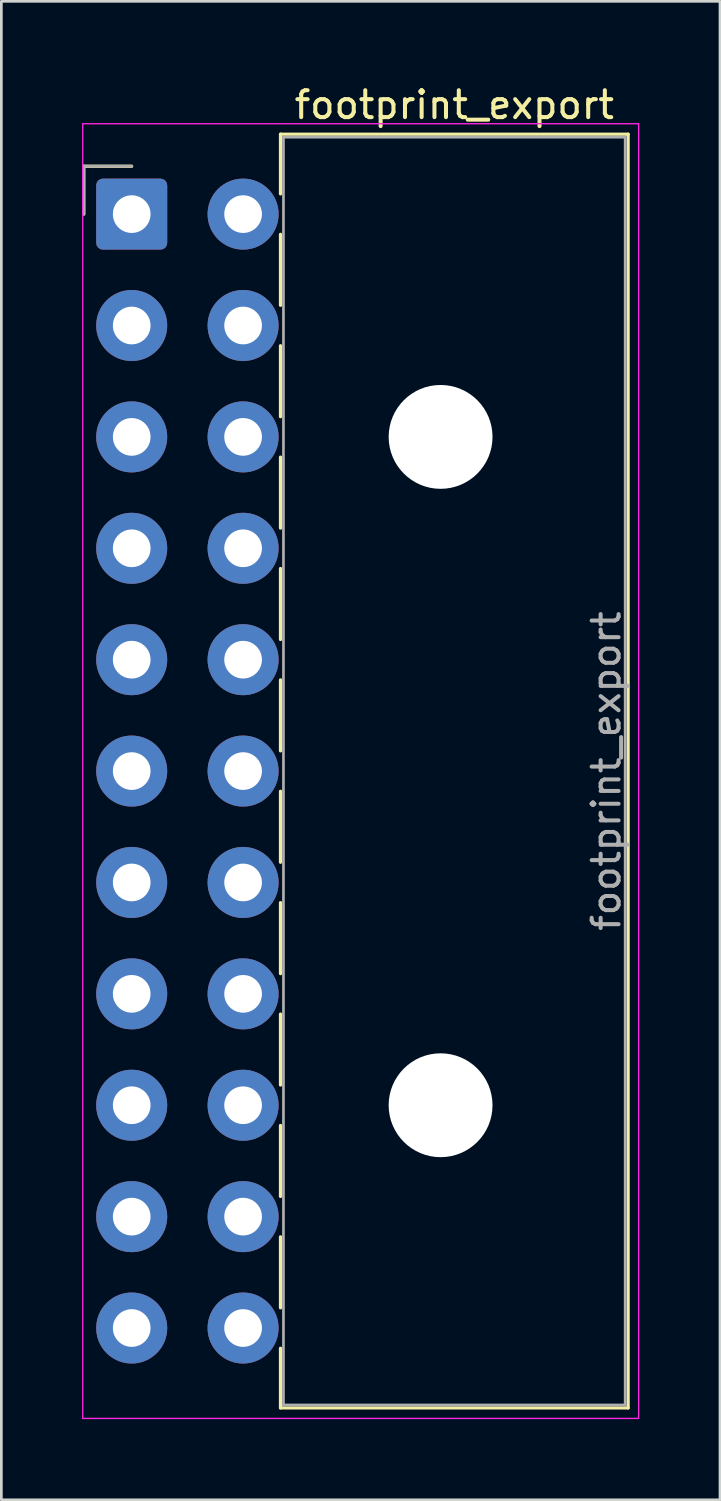
<source format=kicad_pcb>
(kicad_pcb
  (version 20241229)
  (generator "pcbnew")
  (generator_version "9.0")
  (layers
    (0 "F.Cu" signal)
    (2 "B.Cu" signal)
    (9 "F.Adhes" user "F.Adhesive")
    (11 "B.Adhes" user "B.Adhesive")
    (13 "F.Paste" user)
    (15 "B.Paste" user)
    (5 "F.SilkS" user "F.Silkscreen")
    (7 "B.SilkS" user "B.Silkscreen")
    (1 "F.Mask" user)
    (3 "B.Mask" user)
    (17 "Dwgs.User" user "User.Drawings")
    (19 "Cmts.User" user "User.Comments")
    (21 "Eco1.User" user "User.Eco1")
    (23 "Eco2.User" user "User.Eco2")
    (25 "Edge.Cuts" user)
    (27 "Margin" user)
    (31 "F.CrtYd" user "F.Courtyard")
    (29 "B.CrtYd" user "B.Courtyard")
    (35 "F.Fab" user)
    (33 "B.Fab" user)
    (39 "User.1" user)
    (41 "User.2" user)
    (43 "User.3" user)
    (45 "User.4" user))
  (footprint "footprint_export"
    (layer "F.Cu")
    (at 1.845 4.908)
    (property "Reference" "footprint_export" (at 11.99 -4.06 0) (layer "F.SilkS") (effects (font (size 1 1) (thickness 0.15))))
    (attr through_hole)
    (fp_line (start -1.78 -1.78) (end -1.78 0) (stroke (width 0.12) (type solid)) (layer "F.SilkS"))
    (fp_line (start 0 -1.78) (end -1.78 -1.78) (stroke (width 0.12) (type solid)) (layer "F.SilkS"))
    (fp_line (start 5.53 -2.97) (end 18.45 -2.97) (stroke (width 0.12) (type solid)) (layer "F.SilkS"))
    (fp_line (start 5.53 -0.751) (end 5.53 -2.97) (stroke (width 0.12) (type solid)) (layer "F.SilkS"))
    (fp_line (start 5.53 0.751) (end 5.53 3.389) (stroke (width 0.12) (type solid)) (layer "F.SilkS"))
    (fp_line (start 5.53 4.891) (end 5.53 7.529) (stroke (width 0.12) (type solid)) (layer "F.SilkS"))
    (fp_line (start 5.53 9.031) (end 5.53 11.669) (stroke (width 0.12) (type solid)) (layer "F.SilkS"))
    (fp_line (start 5.53 13.171) (end 5.53 15.809) (stroke (width 0.12) (type solid)) (layer "F.SilkS"))
    (fp_line (start 5.53 17.311) (end 5.53 19.949) (stroke (width 0.12) (type solid)) (layer "F.SilkS"))
    (fp_line (start 5.53 21.451) (end 5.53 24.089) (stroke (width 0.12) (type solid)) (layer "F.SilkS"))
    (fp_line (start 5.53 25.591) (end 5.53 28.229) (stroke (width 0.12) (type solid)) (layer "F.SilkS"))
    (fp_line (start 5.53 29.731) (end 5.53 32.369) (stroke (width 0.12) (type solid)) (layer "F.SilkS"))
    (fp_line (start 5.53 33.871) (end 5.53 36.509) (stroke (width 0.12) (type solid)) (layer "F.SilkS"))
    (fp_line (start 5.53 38.011) (end 5.53 40.649) (stroke (width 0.12) (type solid)) (layer "F.SilkS"))
    (fp_line (start 5.53 44.37) (end 5.53 42.151) (stroke (width 0.12) (type solid)) (layer "F.SilkS"))
    (fp_line (start 18.45 -2.97) (end 18.45 44.37) (stroke (width 0.12) (type solid)) (layer "F.SilkS"))
    (fp_line (start 18.45 44.37) (end 5.53 44.37) (stroke (width 0.12) (type solid)) (layer "F.SilkS"))
    (fp_line (start -1.82 -3.36) (end -1.82 44.76) (stroke (width 0.05) (type solid)) (layer "F.CrtYd"))
    (fp_line (start -1.82 44.76) (end 18.84 44.76) (stroke (width 0.05) (type solid)) (layer "F.CrtYd"))
    (fp_line (start 18.84 -3.36) (end -1.82 -3.36) (stroke (width 0.05) (type solid)) (layer "F.CrtYd"))
    (fp_line (start 18.84 44.76) (end 18.84 -3.36) (stroke (width 0.05) (type solid)) (layer "F.CrtYd"))
    (fp_line (start -1.78 -1.78) (end -1.78 0) (stroke (width 0.1) (type solid)) (layer "F.Fab"))
    (fp_line (start 0 -1.78) (end -1.78 -1.78) (stroke (width 0.1) (type solid)) (layer "F.Fab"))
    (fp_line (start 5.64 -2.86) (end 5.64 44.26) (stroke (width 0.1) (type solid)) (layer "F.Fab"))
    (fp_line (start 5.64 44.26) (end 18.34 44.26) (stroke (width 0.1) (type solid)) (layer "F.Fab"))
    (fp_line (start 18.34 -2.86) (end 5.64 -2.86) (stroke (width 0.1) (type solid)) (layer "F.Fab"))
    (fp_line (start 18.34 44.26) (end 18.34 -2.86) (stroke (width 0.1) (type solid)) (layer "F.Fab"))
    (fp_text user "${REFERENCE}" (at 17.64 20.7 90) (layer "F.Fab") (effects (font (size 1 1) (thickness 0.15))))
    (pad "" np_thru_hole circle (at 11.48 8.28) (size 3.86 3.86) (drill 3.86) (layers "*.Cu" "*.Mask"))
    (pad "" np_thru_hole circle (at 11.48 33.12) (size 3.86 3.86) (drill 3.86) (layers "*.Cu" "*.Mask"))
    (pad "1" thru_hole roundrect (at 0 0) (size 2.64 2.64) (drill 1.4) (layers "*.Cu" "*.Mask") (roundrect_rratio 0.095))
    (pad "2" thru_hole circle (at 0 4.14) (size 2.64 2.64) (drill 1.4) (layers "*.Cu" "*.Mask"))
    (pad "3" thru_hole circle (at 0 8.28) (size 2.64 2.64) (drill 1.4) (layers "*.Cu" "*.Mask"))
    (pad "4" thru_hole circle (at 0 12.42) (size 2.64 2.64) (drill 1.4) (layers "*.Cu" "*.Mask"))
    (pad "5" thru_hole circle (at 0 16.56) (size 2.64 2.64) (drill 1.4) (layers "*.Cu" "*.Mask"))
    (pad "6" thru_hole circle (at 0 20.7) (size 2.64 2.64) (drill 1.4) (layers "*.Cu" "*.Mask"))
    (pad "7" thru_hole circle (at 0 24.84) (size 2.64 2.64) (drill 1.4) (layers "*.Cu" "*.Mask"))
    (pad "8" thru_hole circle (at 0 28.98) (size 2.64 2.64) (drill 1.4) (layers "*.Cu" "*.Mask"))
    (pad "9" thru_hole circle (at 0 33.12) (size 2.64 2.64) (drill 1.4) (layers "*.Cu" "*.Mask"))
    (pad "10" thru_hole circle (at 0 37.26) (size 2.64 2.64) (drill 1.4) (layers "*.Cu" "*.Mask"))
    (pad "11" thru_hole circle (at 0 41.4) (size 2.64 2.64) (drill 1.4) (layers "*.Cu" "*.Mask"))
    (pad "12" thru_hole circle (at 4.14 0) (size 2.64 2.64) (drill 1.4) (layers "*.Cu" "*.Mask"))
    (pad "13" thru_hole circle (at 4.14 4.14) (size 2.64 2.64) (drill 1.4) (layers "*.Cu" "*.Mask"))
    (pad "14" thru_hole circle (at 4.14 8.28) (size 2.64 2.64) (drill 1.4) (layers "*.Cu" "*.Mask"))
    (pad "15" thru_hole circle (at 4.14 12.42) (size 2.64 2.64) (drill 1.4) (layers "*.Cu" "*.Mask"))
    (pad "16" thru_hole circle (at 4.14 16.56) (size 2.64 2.64) (drill 1.4) (layers "*.Cu" "*.Mask"))
    (pad "17" thru_hole circle (at 4.14 20.7) (size 2.64 2.64) (drill 1.4) (layers "*.Cu" "*.Mask"))
    (pad "18" thru_hole circle (at 4.14 24.84) (size 2.64 2.64) (drill 1.4) (layers "*.Cu" "*.Mask"))
    (pad "19" thru_hole circle (at 4.14 28.98) (size 2.64 2.64) (drill 1.4) (layers "*.Cu" "*.Mask"))
    (pad "20" thru_hole circle (at 4.14 33.12) (size 2.64 2.64) (drill 1.4) (layers "*.Cu" "*.Mask"))
    (pad "21" thru_hole circle (at 4.14 37.26) (size 2.64 2.64) (drill 1.4) (layers "*.Cu" "*.Mask"))
    (pad "22" thru_hole circle (at 4.14 41.4) (size 2.64 2.64) (drill 1.4) (layers "*.Cu" "*.Mask")))
  (gr_rect
    (start -3 -3)
    (end 23.71 52.693)
    (stroke (width 0.1) (type default))
    (fill no)
    (layer "Edge.Cuts")))
</source>
